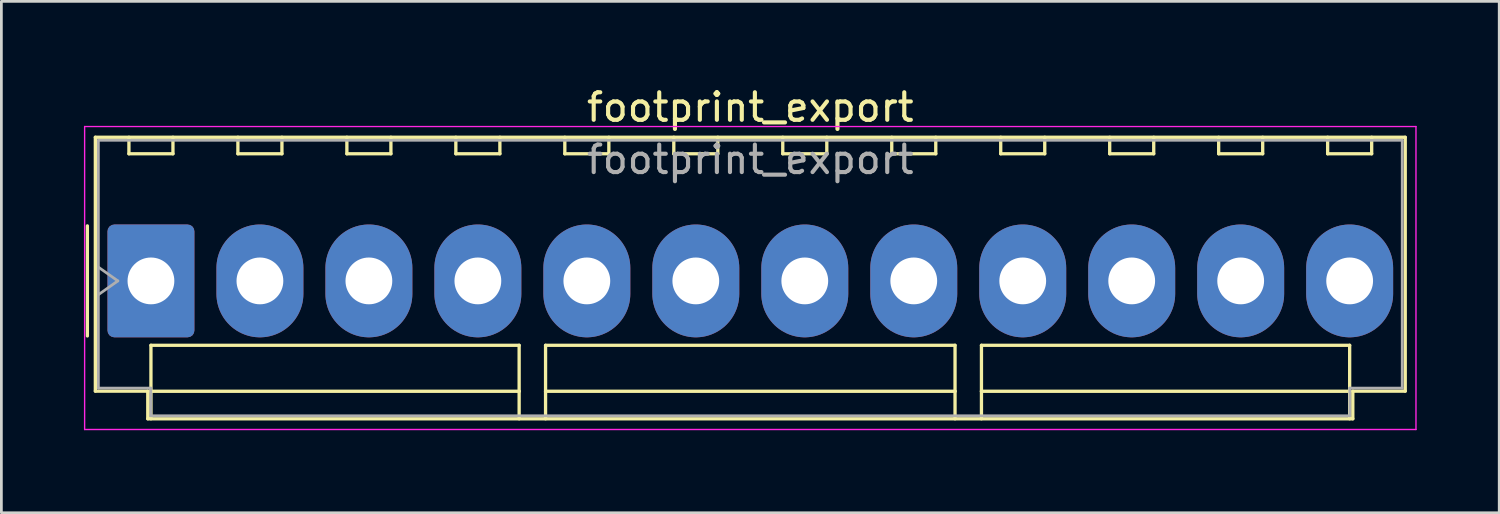
<source format=kicad_pcb>
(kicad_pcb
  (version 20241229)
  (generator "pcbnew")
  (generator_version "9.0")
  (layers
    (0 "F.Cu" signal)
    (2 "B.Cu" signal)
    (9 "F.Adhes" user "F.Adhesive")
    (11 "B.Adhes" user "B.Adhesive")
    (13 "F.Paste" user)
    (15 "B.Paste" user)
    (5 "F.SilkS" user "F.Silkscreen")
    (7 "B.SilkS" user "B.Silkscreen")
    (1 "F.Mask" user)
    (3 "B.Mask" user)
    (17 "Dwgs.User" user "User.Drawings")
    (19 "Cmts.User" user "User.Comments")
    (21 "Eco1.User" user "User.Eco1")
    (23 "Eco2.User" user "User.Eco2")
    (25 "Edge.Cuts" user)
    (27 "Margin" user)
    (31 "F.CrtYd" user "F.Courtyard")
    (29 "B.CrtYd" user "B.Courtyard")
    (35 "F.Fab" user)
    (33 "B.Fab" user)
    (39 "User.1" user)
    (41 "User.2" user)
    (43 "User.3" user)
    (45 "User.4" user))
  (footprint "footprint_export"
    (layer "F.Cu")
    (at 2.435 7.158)
    (property "Reference" "footprint_export" (at 21.78 -6.31 0) (layer "F.SilkS") (effects (font (size 1 1) (thickness 0.15))))
    (attr through_hole)
    (fp_line (start -2.31 -2) (end -2.31 2) (stroke (width 0.12) (type solid)) (layer "F.SilkS"))
    (fp_line (start -2.02 -5.22) (end 45.58 -5.22) (stroke (width 0.12) (type solid)) (layer "F.SilkS"))
    (fp_line (start -2.02 4.005) (end -2.02 -5.22) (stroke (width 0.12) (type solid)) (layer "F.SilkS"))
    (fp_line (start -0.8 -5.22) (end -0.8 -4.62) (stroke (width 0.12) (type solid)) (layer "F.SilkS"))
    (fp_line (start -0.8 -4.62) (end 0.8 -4.62) (stroke (width 0.12) (type solid)) (layer "F.SilkS"))
    (fp_line (start -0.115 4.005) (end -2.02 4.005) (stroke (width 0.12) (type solid)) (layer "F.SilkS"))
    (fp_line (start -0.115 5.01) (end -0.115 4.005) (stroke (width 0.12) (type solid)) (layer "F.SilkS"))
    (fp_line (start 0 2.34) (end 13.38 2.34) (stroke (width 0.12) (type solid)) (layer "F.SilkS"))
    (fp_line (start 0 4.01) (end 0 2.34) (stroke (width 0.12) (type solid)) (layer "F.SilkS"))
    (fp_line (start 0 4.01) (end 13.38 4.01) (stroke (width 0.12) (type solid)) (layer "F.SilkS"))
    (fp_line (start 0 5.01) (end 0 4.01) (stroke (width 0.12) (type solid)) (layer "F.SilkS"))
    (fp_line (start 0.8 -4.62) (end 0.8 -5.22) (stroke (width 0.12) (type solid)) (layer "F.SilkS"))
    (fp_line (start 3.16 -5.22) (end 3.16 -4.62) (stroke (width 0.12) (type solid)) (layer "F.SilkS"))
    (fp_line (start 3.16 -4.62) (end 4.76 -4.62) (stroke (width 0.12) (type solid)) (layer "F.SilkS"))
    (fp_line (start 4.76 -4.62) (end 4.76 -5.22) (stroke (width 0.12) (type solid)) (layer "F.SilkS"))
    (fp_line (start 7.12 -5.22) (end 7.12 -4.62) (stroke (width 0.12) (type solid)) (layer "F.SilkS"))
    (fp_line (start 7.12 -4.62) (end 8.72 -4.62) (stroke (width 0.12) (type solid)) (layer "F.SilkS"))
    (fp_line (start 8.72 -4.62) (end 8.72 -5.22) (stroke (width 0.12) (type solid)) (layer "F.SilkS"))
    (fp_line (start 11.08 -5.22) (end 11.08 -4.62) (stroke (width 0.12) (type solid)) (layer "F.SilkS"))
    (fp_line (start 11.08 -4.62) (end 12.68 -4.62) (stroke (width 0.12) (type solid)) (layer "F.SilkS"))
    (fp_line (start 12.68 -4.62) (end 12.68 -5.22) (stroke (width 0.12) (type solid)) (layer "F.SilkS"))
    (fp_line (start 13.38 2.34) (end 13.38 4.01) (stroke (width 0.12) (type solid)) (layer "F.SilkS"))
    (fp_line (start 13.38 4.01) (end 13.38 5.01) (stroke (width 0.12) (type solid)) (layer "F.SilkS"))
    (fp_line (start 14.34 2.34) (end 29.22 2.34) (stroke (width 0.12) (type solid)) (layer "F.SilkS"))
    (fp_line (start 14.34 4.01) (end 14.34 2.34) (stroke (width 0.12) (type solid)) (layer "F.SilkS"))
    (fp_line (start 14.34 4.01) (end 29.22 4.01) (stroke (width 0.12) (type solid)) (layer "F.SilkS"))
    (fp_line (start 14.34 5.01) (end 14.34 4.01) (stroke (width 0.12) (type solid)) (layer "F.SilkS"))
    (fp_line (start 15.04 -5.22) (end 15.04 -4.62) (stroke (width 0.12) (type solid)) (layer "F.SilkS"))
    (fp_line (start 15.04 -4.62) (end 16.64 -4.62) (stroke (width 0.12) (type solid)) (layer "F.SilkS"))
    (fp_line (start 16.64 -4.62) (end 16.64 -5.22) (stroke (width 0.12) (type solid)) (layer "F.SilkS"))
    (fp_line (start 19 -5.22) (end 19 -4.62) (stroke (width 0.12) (type solid)) (layer "F.SilkS"))
    (fp_line (start 19 -4.62) (end 20.6 -4.62) (stroke (width 0.12) (type solid)) (layer "F.SilkS"))
    (fp_line (start 20.6 -4.62) (end 20.6 -5.22) (stroke (width 0.12) (type solid)) (layer "F.SilkS"))
    (fp_line (start 22.96 -5.22) (end 22.96 -4.62) (stroke (width 0.12) (type solid)) (layer "F.SilkS"))
    (fp_line (start 22.96 -4.62) (end 24.56 -4.62) (stroke (width 0.12) (type solid)) (layer "F.SilkS"))
    (fp_line (start 24.56 -4.62) (end 24.56 -5.22) (stroke (width 0.12) (type solid)) (layer "F.SilkS"))
    (fp_line (start 26.92 -5.22) (end 26.92 -4.62) (stroke (width 0.12) (type solid)) (layer "F.SilkS"))
    (fp_line (start 26.92 -4.62) (end 28.52 -4.62) (stroke (width 0.12) (type solid)) (layer "F.SilkS"))
    (fp_line (start 28.52 -4.62) (end 28.52 -5.22) (stroke (width 0.12) (type solid)) (layer "F.SilkS"))
    (fp_line (start 29.22 2.34) (end 29.22 4.01) (stroke (width 0.12) (type solid)) (layer "F.SilkS"))
    (fp_line (start 29.22 4.01) (end 29.22 5.01) (stroke (width 0.12) (type solid)) (layer "F.SilkS"))
    (fp_line (start 30.18 2.34) (end 43.56 2.34) (stroke (width 0.12) (type solid)) (layer "F.SilkS"))
    (fp_line (start 30.18 4.01) (end 30.18 2.34) (stroke (width 0.12) (type solid)) (layer "F.SilkS"))
    (fp_line (start 30.18 4.01) (end 43.56 4.01) (stroke (width 0.12) (type solid)) (layer "F.SilkS"))
    (fp_line (start 30.18 5.01) (end 30.18 4.01) (stroke (width 0.12) (type solid)) (layer "F.SilkS"))
    (fp_line (start 30.88 -5.22) (end 30.88 -4.62) (stroke (width 0.12) (type solid)) (layer "F.SilkS"))
    (fp_line (start 30.88 -4.62) (end 32.48 -4.62) (stroke (width 0.12) (type solid)) (layer "F.SilkS"))
    (fp_line (start 32.48 -4.62) (end 32.48 -5.22) (stroke (width 0.12) (type solid)) (layer "F.SilkS"))
    (fp_line (start 34.84 -5.22) (end 34.84 -4.62) (stroke (width 0.12) (type solid)) (layer "F.SilkS"))
    (fp_line (start 34.84 -4.62) (end 36.44 -4.62) (stroke (width 0.12) (type solid)) (layer "F.SilkS"))
    (fp_line (start 36.44 -4.62) (end 36.44 -5.22) (stroke (width 0.12) (type solid)) (layer "F.SilkS"))
    (fp_line (start 38.8 -5.22) (end 38.8 -4.62) (stroke (width 0.12) (type solid)) (layer "F.SilkS"))
    (fp_line (start 38.8 -4.62) (end 40.4 -4.62) (stroke (width 0.12) (type solid)) (layer "F.SilkS"))
    (fp_line (start 40.4 -4.62) (end 40.4 -5.22) (stroke (width 0.12) (type solid)) (layer "F.SilkS"))
    (fp_line (start 42.76 -5.22) (end 42.76 -4.62) (stroke (width 0.12) (type solid)) (layer "F.SilkS"))
    (fp_line (start 42.76 -4.62) (end 44.36 -4.62) (stroke (width 0.12) (type solid)) (layer "F.SilkS"))
    (fp_line (start 43.56 2.34) (end 43.56 4.01) (stroke (width 0.12) (type solid)) (layer "F.SilkS"))
    (fp_line (start 43.56 4.01) (end 43.56 5.01) (stroke (width 0.12) (type solid)) (layer "F.SilkS"))
    (fp_line (start 43.675 4.005) (end 43.675 5.01) (stroke (width 0.12) (type solid)) (layer "F.SilkS"))
    (fp_line (start 43.675 5.01) (end -0.115 5.01) (stroke (width 0.12) (type solid)) (layer "F.SilkS"))
    (fp_line (start 44.36 -4.62) (end 44.36 -5.22) (stroke (width 0.12) (type solid)) (layer "F.SilkS"))
    (fp_line (start 45.58 -5.22) (end 45.58 4.005) (stroke (width 0.12) (type solid)) (layer "F.SilkS"))
    (fp_line (start 45.58 4.005) (end 43.675 4.005) (stroke (width 0.12) (type solid)) (layer "F.SilkS"))
    (fp_line (start -2.41 -5.61) (end -2.41 5.4) (stroke (width 0.05) (type solid)) (layer "F.CrtYd"))
    (fp_line (start -2.41 5.4) (end 45.97 5.4) (stroke (width 0.05) (type solid)) (layer "F.CrtYd"))
    (fp_line (start 45.97 -5.61) (end -2.41 -5.61) (stroke (width 0.05) (type solid)) (layer "F.CrtYd"))
    (fp_line (start 45.97 5.4) (end 45.97 -5.61) (stroke (width 0.05) (type solid)) (layer "F.CrtYd"))
    (fp_line (start -1.91 -5.11) (end 45.47 -5.11) (stroke (width 0.1) (type solid)) (layer "F.Fab"))
    (fp_line (start -1.91 -0.5) (end -1.203 0) (stroke (width 0.1) (type solid)) (layer "F.Fab"))
    (fp_line (start -1.91 3.895) (end -1.91 -5.11) (stroke (width 0.1) (type solid)) (layer "F.Fab"))
    (fp_line (start -1.203 0) (end -1.91 0.5) (stroke (width 0.1) (type solid)) (layer "F.Fab"))
    (fp_line (start -0.005 3.895) (end -1.91 3.895) (stroke (width 0.1) (type solid)) (layer "F.Fab"))
    (fp_line (start -0.005 4.9) (end -0.005 3.895) (stroke (width 0.1) (type solid)) (layer "F.Fab"))
    (fp_line (start 43.565 3.895) (end 43.565 4.9) (stroke (width 0.1) (type solid)) (layer "F.Fab"))
    (fp_line (start 43.565 4.9) (end -0.005 4.9) (stroke (width 0.1) (type solid)) (layer "F.Fab"))
    (fp_line (start 45.47 -5.11) (end 45.47 3.895) (stroke (width 0.1) (type solid)) (layer "F.Fab"))
    (fp_line (start 45.47 3.895) (end 43.565 3.895) (stroke (width 0.1) (type solid)) (layer "F.Fab"))
    (fp_text user "${REFERENCE}" (at 21.78 -4.41 0) (layer "F.Fab") (effects (font (size 1 1) (thickness 0.15))))
    (pad "1" thru_hole roundrect (at 0 0) (size 3.16 4.1) (drill 1.7) (layers "*.Cu" "*.Mask") (roundrect_rratio 0.079))
    (pad "2" thru_hole oval (at 3.96 0) (size 3.16 4.1) (drill 1.7) (layers "*.Cu" "*.Mask"))
    (pad "3" thru_hole oval (at 7.92 0) (size 3.16 4.1) (drill 1.7) (layers "*.Cu" "*.Mask"))
    (pad "4" thru_hole oval (at 11.88 0) (size 3.16 4.1) (drill 1.7) (layers "*.Cu" "*.Mask"))
    (pad "5" thru_hole oval (at 15.84 0) (size 3.16 4.1) (drill 1.7) (layers "*.Cu" "*.Mask"))
    (pad "6" thru_hole oval (at 19.8 0) (size 3.16 4.1) (drill 1.7) (layers "*.Cu" "*.Mask"))
    (pad "7" thru_hole oval (at 23.76 0) (size 3.16 4.1) (drill 1.7) (layers "*.Cu" "*.Mask"))
    (pad "8" thru_hole oval (at 27.72 0) (size 3.16 4.1) (drill 1.7) (layers "*.Cu" "*.Mask"))
    (pad "9" thru_hole oval (at 31.68 0) (size 3.16 4.1) (drill 1.7) (layers "*.Cu" "*.Mask"))
    (pad "10" thru_hole oval (at 35.64 0) (size 3.16 4.1) (drill 1.7) (layers "*.Cu" "*.Mask"))
    (pad "11" thru_hole oval (at 39.6 0) (size 3.16 4.1) (drill 1.7) (layers "*.Cu" "*.Mask"))
    (pad "12" thru_hole oval (at 43.56 0) (size 3.16 4.1) (drill 1.7) (layers "*.Cu" "*.Mask")))
  (gr_rect
    (start -3 -3)
    (end 51.43 15.583)
    (stroke (width 0.1) (type default))
    (fill no)
    (layer "Edge.Cuts")))
</source>
